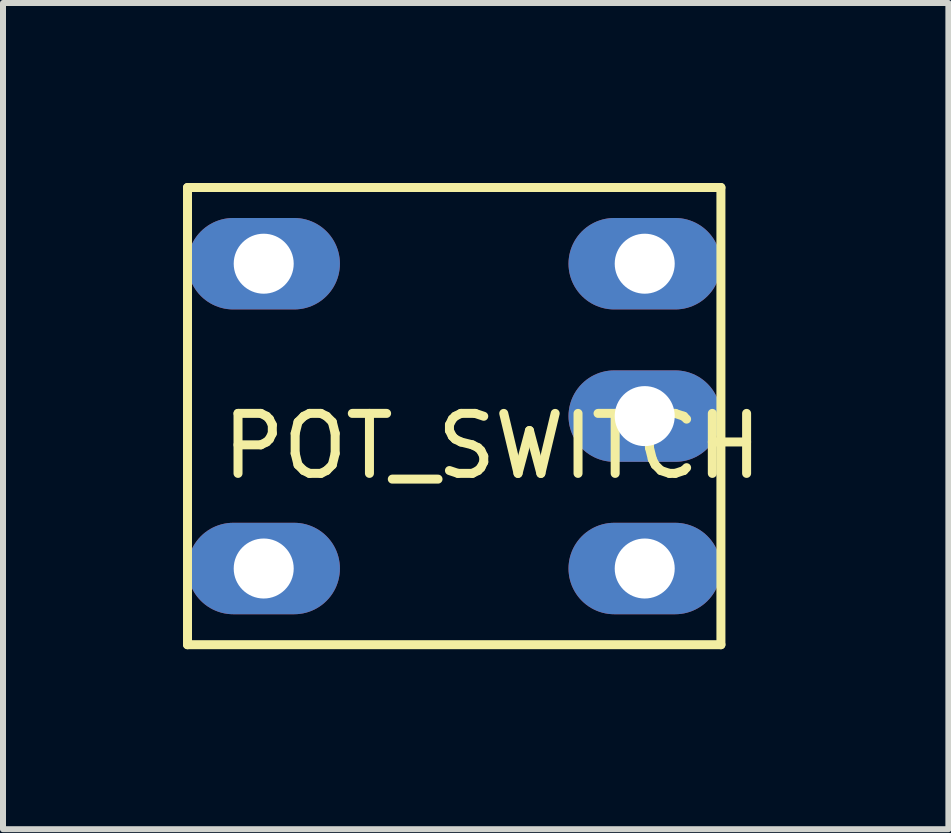
<source format=kicad_pcb>
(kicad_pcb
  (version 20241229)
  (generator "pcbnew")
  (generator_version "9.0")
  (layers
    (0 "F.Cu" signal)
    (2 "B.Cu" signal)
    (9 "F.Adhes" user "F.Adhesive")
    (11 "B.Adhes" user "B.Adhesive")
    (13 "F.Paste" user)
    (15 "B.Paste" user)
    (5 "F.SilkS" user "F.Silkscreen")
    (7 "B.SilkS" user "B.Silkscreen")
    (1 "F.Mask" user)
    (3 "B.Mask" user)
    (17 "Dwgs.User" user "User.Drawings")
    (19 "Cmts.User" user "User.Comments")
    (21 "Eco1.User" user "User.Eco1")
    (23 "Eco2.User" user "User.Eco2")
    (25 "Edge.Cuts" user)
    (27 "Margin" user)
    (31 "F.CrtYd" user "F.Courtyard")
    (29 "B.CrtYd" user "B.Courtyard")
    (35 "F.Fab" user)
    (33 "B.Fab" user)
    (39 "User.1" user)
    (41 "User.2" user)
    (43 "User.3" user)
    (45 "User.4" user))
  (footprint "POT_SWITCH"
    (layer "F.Cu")
    (at 5.155 3.885)
    (property "Reference" "POT_SWITCH" (at 0 0.5 0) (layer "F.SilkS") (effects (font (size 1 1) (thickness 0.15))))
    (attr through_hole)
    (fp_line (start -5.08 -3.81) (end 3.81 -3.81) (stroke (width 0.15) (type solid)) (layer "F.SilkS"))
    (fp_line (start -5.08 3.81) (end -5.08 -3.81) (stroke (width 0.15) (type solid)) (layer "F.SilkS"))
    (fp_line (start 3.81 -3.81) (end 3.81 3.81) (stroke (width 0.15) (type solid)) (layer "F.SilkS"))
    (fp_line (start 3.81 3.81) (end -5.08 3.81) (stroke (width 0.15) (type solid)) (layer "F.SilkS"))
    (pad "1" thru_hole oval (at 2.54 -2.54) (size 2.54 1.524) (drill 1) (layers "*.Cu" "*.Mask"))
    (pad "2" thru_hole oval (at 2.54 0) (size 2.54 1.524) (drill 1) (layers "*.Cu" "*.Mask"))
    (pad "3" thru_hole oval (at 2.54 2.54) (size 2.54 1.524) (drill 1) (layers "*.Cu" "*.Mask"))
    (pad "4" thru_hole oval (at -3.81 -2.54) (size 2.54 1.524) (drill 1) (layers "*.Cu" "*.Mask"))
    (pad "5" thru_hole oval (at -3.81 2.54) (size 2.54 1.524) (drill 1) (layers "*.Cu" "*.Mask")))
  (gr_rect
    (start -3 -3)
    (end 12.756 10.77)
    (stroke (width 0.1) (type default))
    (fill no)
    (layer "Edge.Cuts")))
</source>
